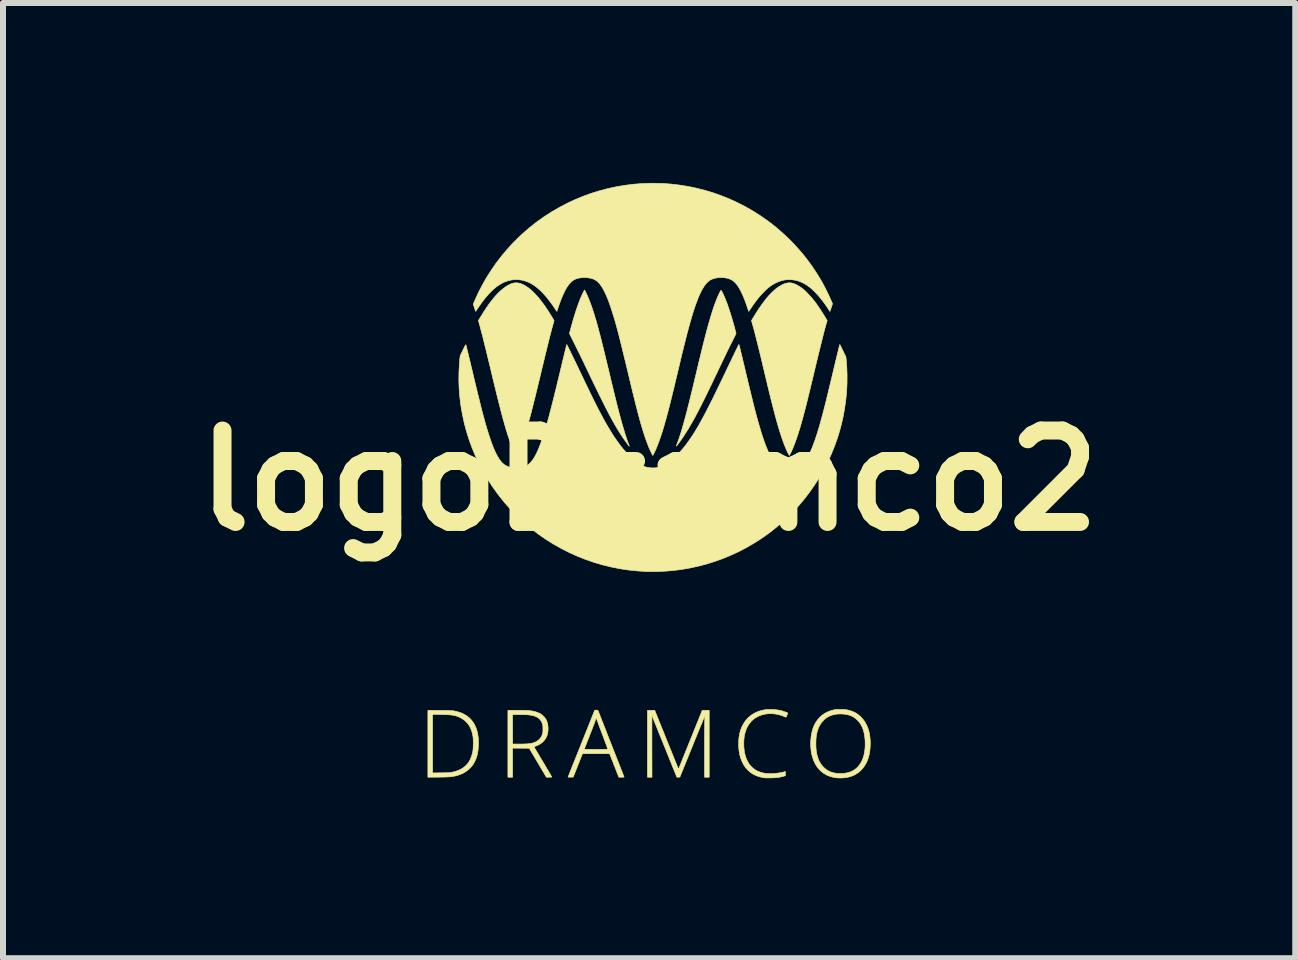
<source format=kicad_pcb>
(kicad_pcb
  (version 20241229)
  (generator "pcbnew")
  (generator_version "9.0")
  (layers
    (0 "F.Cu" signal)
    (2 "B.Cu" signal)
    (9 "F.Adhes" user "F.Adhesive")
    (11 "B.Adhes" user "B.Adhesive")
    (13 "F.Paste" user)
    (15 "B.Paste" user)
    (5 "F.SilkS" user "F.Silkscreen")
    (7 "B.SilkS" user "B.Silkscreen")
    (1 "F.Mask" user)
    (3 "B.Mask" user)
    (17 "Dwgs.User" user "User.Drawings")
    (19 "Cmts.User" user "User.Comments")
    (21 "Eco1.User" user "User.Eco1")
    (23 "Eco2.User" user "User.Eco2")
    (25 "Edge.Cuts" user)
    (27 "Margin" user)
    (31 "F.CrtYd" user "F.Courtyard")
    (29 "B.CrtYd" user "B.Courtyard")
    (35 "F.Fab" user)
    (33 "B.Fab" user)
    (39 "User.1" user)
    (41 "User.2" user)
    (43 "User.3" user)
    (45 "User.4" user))
  (footprint "logoDramco2"
    (layer "F.Cu")
    (at 7.772 4.963)
    (property "Reference" "logoDramco2" (at 0 0 0) (layer "F.SilkS") (effects (font (size 1.524 1.524) (thickness 0.3))))
    (attr through_hole)
    (fp_poly (pts (xy -1.074 -3.174) (xy -1.069 -3.165) (xy -1.063 -3.153) (xy -1.055 -3.137) (xy -1.045 -3.118) (xy -1.036 -3.097) (xy -1.026 -3.076) (xy -1.017 -3.054) (xy -1.008 -3.034) (xy -1.001 -3.016) (xy -0.987 -2.981) (xy -0.974 -2.946) (xy -0.961 -2.91) (xy -0.948 -2.872) (xy -0.935 -2.832) (xy -0.921 -2.79) (xy -0.908 -2.746) (xy -0.894 -2.7) (xy -0.879 -2.65) (xy -0.864 -2.597) (xy -0.849 -2.541) (xy -0.833 -2.48) (xy -0.816 -2.416) (xy -0.798 -2.347) (xy -0.78 -2.273) (xy -0.76 -2.194) (xy -0.74 -2.11) (xy -0.718 -2.02) (xy -0.695 -1.924) (xy -0.67 -1.822) (xy -0.667 -1.808) (xy -0.645 -1.716) (xy -0.625 -1.63) (xy -0.605 -1.55) (xy -0.587 -1.475) (xy -0.57 -1.405) (xy -0.554 -1.34) (xy -0.539 -1.279) (xy -0.525 -1.223) (xy -0.511 -1.17) (xy -0.498 -1.12) (xy -0.485 -1.073) (xy -0.473 -1.028) (xy -0.462 -0.986) (xy -0.45 -0.945) (xy -0.439 -0.906) (xy -0.427 -0.868) (xy -0.416 -0.83) (xy -0.408 -0.803) (xy -0.399 -0.774) (xy -0.389 -0.744) (xy -0.379 -0.714) (xy -0.369 -0.684) (xy -0.359 -0.656) (xy -0.35 -0.63) (xy -0.342 -0.609) (xy -0.336 -0.592) (xy -0.334 -0.588) (xy -0.331 -0.579) (xy -0.33 -0.574) (xy -0.33 -0.573) (xy -0.332 -0.575) (xy -0.338 -0.582) (xy -0.346 -0.593) (xy -0.357 -0.606) (xy -0.369 -0.622) (xy -0.37 -0.624) (xy -0.395 -0.658) (xy -0.42 -0.693) (xy -0.445 -0.729) (xy -0.47 -0.767) (xy -0.495 -0.807) (xy -0.521 -0.848) (xy -0.547 -0.892) (xy -0.574 -0.939) (xy -0.602 -0.988) (xy -0.631 -1.04) (xy -0.661 -1.096) (xy -0.692 -1.156) (xy -0.725 -1.219) (xy -0.759 -1.287) (xy -0.795 -1.359) (xy -0.833 -1.436) (xy -0.873 -1.517) (xy -0.916 -1.605) (xy -0.96 -1.697) (xy -1.007 -1.796) (xy -1.021 -1.825) (xy -1.043 -1.871) (xy -1.066 -1.918) (xy -1.089 -1.968) (xy -1.114 -2.018) (xy -1.138 -2.068) (xy -1.161 -2.116) (xy -1.184 -2.162) (xy -1.205 -2.205) (xy -1.224 -2.243) (xy -1.236 -2.267) (xy -1.328 -2.453) (xy -1.307 -2.531) (xy -1.28 -2.629) (xy -1.254 -2.72) (xy -1.228 -2.804) (xy -1.202 -2.882) (xy -1.177 -2.953) (xy -1.156 -3.009) (xy -1.15 -3.025) (xy -1.142 -3.043) (xy -1.133 -3.063) (xy -1.123 -3.084) (xy -1.114 -3.105) (xy -1.104 -3.125) (xy -1.096 -3.143) (xy -1.088 -3.158) (xy -1.082 -3.169) (xy -1.078 -3.175) (xy -1.077 -3.177) (xy -1.074 -3.174)) (stroke (width 0.01) (type solid)) (fill yes) (layer "F.SilkS"))
    (fp_poly (pts (xy -3.493 3.831) (xy -3.448 3.832) (xy -3.41 3.832) (xy -3.377 3.832) (xy -3.349 3.833) (xy -3.326 3.834) (xy -3.305 3.835) (xy -3.287 3.836) (xy -3.272 3.837) (xy -3.257 3.839) (xy -3.244 3.842) (xy -3.23 3.844) (xy -3.216 3.848) (xy -3.201 3.851) (xy -3.196 3.853) (xy -3.142 3.869) (xy -3.091 3.892) (xy -3.045 3.919) (xy -3.003 3.951) (xy -2.966 3.988) (xy -2.934 4.029) (xy -2.907 4.075) (xy -2.906 4.078) (xy -2.886 4.121) (xy -2.871 4.166) (xy -2.859 4.214) (xy -2.851 4.264) (xy -2.846 4.32) (xy -2.845 4.374) (xy -2.847 4.438) (xy -2.852 4.497) (xy -2.861 4.551) (xy -2.873 4.601) (xy -2.89 4.648) (xy -2.911 4.692) (xy -2.935 4.733) (xy -2.967 4.774) (xy -3.004 4.811) (xy -3.045 4.844) (xy -3.091 4.873) (xy -3.141 4.896) (xy -3.195 4.915) (xy -3.231 4.924) (xy -3.249 4.928) (xy -3.266 4.931) (xy -3.282 4.934) (xy -3.299 4.936) (xy -3.316 4.938) (xy -3.335 4.939) (xy -3.357 4.94) (xy -3.382 4.941) (xy -3.411 4.942) (xy -3.445 4.943) (xy -3.484 4.943) (xy -3.515 4.944) (xy -3.688 4.945) (xy -3.688 4.874) (xy -3.61 4.874) (xy -3.47 4.872) (xy -3.435 4.872) (xy -3.405 4.871) (xy -3.381 4.871) (xy -3.36 4.87) (xy -3.344 4.87) (xy -3.33 4.869) (xy -3.318 4.868) (xy -3.308 4.866) (xy -3.298 4.865) (xy -3.294 4.864) (xy -3.236 4.851) (xy -3.185 4.833) (xy -3.138 4.812) (xy -3.097 4.786) (xy -3.06 4.756) (xy -3.028 4.722) (xy -3 4.682) (xy -2.977 4.638) (xy -2.958 4.588) (xy -2.957 4.584) (xy -2.949 4.558) (xy -2.943 4.534) (xy -2.938 4.509) (xy -2.935 4.483) (xy -2.933 4.454) (xy -2.932 4.421) (xy -2.931 4.383) (xy -2.931 4.382) (xy -2.931 4.351) (xy -2.932 4.324) (xy -2.933 4.302) (xy -2.934 4.282) (xy -2.937 4.264) (xy -2.94 4.246) (xy -2.944 4.226) (xy -2.948 4.208) (xy -2.964 4.157) (xy -2.985 4.11) (xy -3.011 4.067) (xy -3.042 4.03) (xy -3.077 3.997) (xy -3.117 3.969) (xy -3.139 3.957) (xy -3.162 3.945) (xy -3.184 3.935) (xy -3.206 3.927) (xy -3.229 3.92) (xy -3.253 3.915) (xy -3.28 3.91) (xy -3.31 3.906) (xy -3.343 3.904) (xy -3.381 3.902) (xy -3.424 3.9) (xy -3.473 3.899) (xy -3.476 3.899) (xy -3.61 3.897) (xy -3.61 4.874) (xy -3.688 4.874) (xy -3.688 3.83) (xy -3.493 3.831)) (stroke (width 0.01) (type solid)) (fill yes) (layer "F.SilkS"))
    (fp_poly (pts (xy -2.176 -3.294) (xy -2.141 -3.285) (xy -2.104 -3.27) (xy -2.065 -3.249) (xy -2.051 -3.24) (xy -2.007 -3.21) (xy -1.963 -3.174) (xy -1.917 -3.13) (xy -1.871 -3.081) (xy -1.823 -3.025) (xy -1.775 -2.962) (xy -1.726 -2.894) (xy -1.677 -2.819) (xy -1.626 -2.738) (xy -1.622 -2.731) (xy -1.584 -2.668) (xy -1.593 -2.635) (xy -1.604 -2.597) (xy -1.615 -2.557) (xy -1.627 -2.513) (xy -1.639 -2.465) (xy -1.653 -2.413) (xy -1.667 -2.357) (xy -1.682 -2.297) (xy -1.698 -2.232) (xy -1.715 -2.162) (xy -1.734 -2.087) (xy -1.753 -2.005) (xy -1.774 -1.918) (xy -1.797 -1.825) (xy -1.803 -1.797) (xy -1.826 -1.701) (xy -1.848 -1.611) (xy -1.868 -1.528) (xy -1.887 -1.45) (xy -1.905 -1.377) (xy -1.922 -1.309) (xy -1.938 -1.246) (xy -1.953 -1.187) (xy -1.967 -1.131) (xy -1.981 -1.079) (xy -1.994 -1.03) (xy -2.007 -0.984) (xy -2.02 -0.94) (xy -2.032 -0.899) (xy -2.044 -0.859) (xy -2.056 -0.82) (xy -2.068 -0.783) (xy -2.08 -0.746) (xy -2.081 -0.743) (xy -2.09 -0.715) (xy -2.101 -0.686) (xy -2.111 -0.656) (xy -2.121 -0.628) (xy -2.13 -0.604) (xy -2.136 -0.588) (xy -2.145 -0.566) (xy -2.155 -0.543) (xy -2.165 -0.52) (xy -2.176 -0.497) (xy -2.185 -0.476) (xy -2.195 -0.458) (xy -2.202 -0.442) (xy -2.209 -0.431) (xy -2.213 -0.425) (xy -2.215 -0.423) (xy -2.217 -0.426) (xy -2.222 -0.434) (xy -2.229 -0.446) (xy -2.237 -0.461) (xy -2.24 -0.467) (xy -2.254 -0.496) (xy -2.268 -0.526) (xy -2.282 -0.558) (xy -2.296 -0.592) (xy -2.31 -0.628) (xy -2.324 -0.667) (xy -2.338 -0.708) (xy -2.353 -0.752) (xy -2.368 -0.8) (xy -2.384 -0.85) (xy -2.4 -0.905) (xy -2.416 -0.963) (xy -2.434 -1.026) (xy -2.452 -1.092) (xy -2.471 -1.164) (xy -2.49 -1.24) (xy -2.511 -1.322) (xy -2.533 -1.409) (xy -2.555 -1.502) (xy -2.579 -1.6) (xy -2.605 -1.705) (xy -2.63 -1.81) (xy -2.654 -1.913) (xy -2.678 -2.01) (xy -2.7 -2.102) (xy -2.721 -2.188) (xy -2.741 -2.267) (xy -2.759 -2.341) (xy -2.776 -2.409) (xy -2.792 -2.47) (xy -2.807 -2.525) (xy -2.816 -2.561) (xy -2.846 -2.669) (xy -2.807 -2.732) (xy -2.758 -2.812) (xy -2.709 -2.886) (xy -2.662 -2.953) (xy -2.615 -3.014) (xy -2.57 -3.069) (xy -2.525 -3.118) (xy -2.481 -3.161) (xy -2.437 -3.198) (xy -2.397 -3.228) (xy -2.356 -3.254) (xy -2.317 -3.274) (xy -2.281 -3.288) (xy -2.246 -3.296) (xy -2.211 -3.298) (xy -2.176 -3.294)) (stroke (width 0.01) (type solid)) (fill yes) (layer "F.SilkS"))
    (fp_poly (pts (xy 1.205 -3.168) (xy 1.21 -3.16) (xy 1.217 -3.146) (xy 1.22 -3.141) (xy 1.241 -3.098) (xy 1.261 -3.051) (xy 1.282 -3) (xy 1.304 -2.943) (xy 1.325 -2.881) (xy 1.347 -2.814) (xy 1.37 -2.741) (xy 1.393 -2.662) (xy 1.418 -2.576) (xy 1.421 -2.564) (xy 1.428 -2.539) (xy 1.434 -2.515) (xy 1.44 -2.494) (xy 1.444 -2.477) (xy 1.448 -2.464) (xy 1.449 -2.456) (xy 1.449 -2.454) (xy 1.448 -2.45) (xy 1.444 -2.44) (xy 1.437 -2.426) (xy 1.429 -2.408) (xy 1.419 -2.388) (xy 1.407 -2.366) (xy 1.406 -2.363) (xy 1.392 -2.335) (xy 1.377 -2.306) (xy 1.361 -2.274) (xy 1.344 -2.239) (xy 1.325 -2.201) (xy 1.304 -2.159) (xy 1.282 -2.112) (xy 1.258 -2.062) (xy 1.231 -2.007) (xy 1.203 -1.947) (xy 1.171 -1.881) (xy 1.138 -1.81) (xy 1.13 -1.793) (xy 1.084 -1.699) (xy 1.042 -1.61) (xy 1.002 -1.527) (xy 0.964 -1.449) (xy 0.928 -1.376) (xy 0.894 -1.308) (xy 0.862 -1.244) (xy 0.831 -1.184) (xy 0.802 -1.128) (xy 0.774 -1.075) (xy 0.747 -1.026) (xy 0.721 -0.979) (xy 0.695 -0.934) (xy 0.671 -0.892) (xy 0.646 -0.852) (xy 0.622 -0.813) (xy 0.598 -0.775) (xy 0.577 -0.743) (xy 0.561 -0.719) (xy 0.544 -0.695) (xy 0.528 -0.671) (xy 0.512 -0.649) (xy 0.497 -0.628) (xy 0.484 -0.611) (xy 0.473 -0.596) (xy 0.463 -0.585) (xy 0.457 -0.578) (xy 0.454 -0.576) (xy 0.454 -0.577) (xy 0.455 -0.58) (xy 0.458 -0.589) (xy 0.463 -0.602) (xy 0.468 -0.617) (xy 0.472 -0.627) (xy 0.484 -0.66) (xy 0.496 -0.694) (xy 0.508 -0.729) (xy 0.52 -0.766) (xy 0.533 -0.805) (xy 0.545 -0.846) (xy 0.558 -0.89) (xy 0.571 -0.936) (xy 0.585 -0.985) (xy 0.599 -1.037) (xy 0.614 -1.093) (xy 0.63 -1.153) (xy 0.646 -1.218) (xy 0.664 -1.286) (xy 0.682 -1.36) (xy 0.701 -1.438) (xy 0.722 -1.522) (xy 0.743 -1.612) (xy 0.766 -1.708) (xy 0.791 -1.81) (xy 0.796 -1.832) (xy 0.814 -1.907) (xy 0.831 -1.981) (xy 0.849 -2.052) (xy 0.866 -2.122) (xy 0.882 -2.188) (xy 0.897 -2.251) (xy 0.912 -2.31) (xy 0.926 -2.364) (xy 0.938 -2.413) (xy 0.95 -2.457) (xy 0.957 -2.486) (xy 0.984 -2.583) (xy 1.01 -2.674) (xy 1.035 -2.759) (xy 1.059 -2.836) (xy 1.083 -2.908) (xy 1.107 -2.972) (xy 1.129 -3.031) (xy 1.152 -3.083) (xy 1.173 -3.128) (xy 1.175 -3.132) (xy 1.184 -3.151) (xy 1.191 -3.163) (xy 1.196 -3.17) (xy 1.201 -3.172) (xy 1.205 -3.168)) (stroke (width 0.01) (type solid)) (fill yes) (layer "F.SilkS"))
    (fp_poly (pts (xy 2.068 3.816) (xy 2.104 3.819) (xy 2.138 3.823) (xy 2.173 3.829) (xy 2.206 3.837) (xy 2.222 3.841) (xy 2.24 3.847) (xy 2.258 3.853) (xy 2.276 3.859) (xy 2.291 3.865) (xy 2.303 3.87) (xy 2.31 3.874) (xy 2.311 3.874) (xy 2.31 3.878) (xy 2.308 3.886) (xy 2.304 3.898) (xy 2.299 3.91) (xy 2.293 3.923) (xy 2.288 3.934) (xy 2.284 3.941) (xy 2.283 3.943) (xy 2.278 3.943) (xy 2.27 3.941) (xy 2.263 3.938) (xy 2.246 3.93) (xy 2.224 3.921) (xy 2.2 3.913) (xy 2.175 3.906) (xy 2.151 3.9) (xy 2.146 3.898) (xy 2.09 3.889) (xy 2.035 3.885) (xy 1.981 3.887) (xy 1.929 3.894) (xy 1.879 3.906) (xy 1.832 3.924) (xy 1.788 3.946) (xy 1.748 3.972) (xy 1.712 4.004) (xy 1.696 4.021) (xy 1.664 4.063) (xy 1.637 4.107) (xy 1.616 4.155) (xy 1.599 4.207) (xy 1.587 4.263) (xy 1.58 4.324) (xy 1.578 4.388) (xy 1.581 4.454) (xy 1.588 4.516) (xy 1.6 4.573) (xy 1.617 4.626) (xy 1.638 4.674) (xy 1.663 4.718) (xy 1.693 4.757) (xy 1.728 4.791) (xy 1.766 4.82) (xy 1.809 4.844) (xy 1.856 4.862) (xy 1.906 4.875) (xy 1.92 4.878) (xy 1.97 4.884) (xy 2.024 4.886) (xy 2.08 4.884) (xy 2.138 4.878) (xy 2.196 4.869) (xy 2.24 4.859) (xy 2.272 4.85) (xy 2.272 4.92) (xy 2.248 4.927) (xy 2.216 4.936) (xy 2.187 4.942) (xy 2.157 4.948) (xy 2.126 4.951) (xy 2.093 4.954) (xy 2.055 4.956) (xy 2.024 4.956) (xy 2 4.957) (xy 1.978 4.957) (xy 1.959 4.957) (xy 1.944 4.957) (xy 1.934 4.956) (xy 1.93 4.956) (xy 1.922 4.955) (xy 1.909 4.953) (xy 1.894 4.95) (xy 1.882 4.948) (xy 1.828 4.934) (xy 1.776 4.915) (xy 1.729 4.891) (xy 1.685 4.861) (xy 1.646 4.826) (xy 1.61 4.786) (xy 1.579 4.742) (xy 1.553 4.692) (xy 1.531 4.639) (xy 1.514 4.581) (xy 1.502 4.519) (xy 1.497 4.481) (xy 1.495 4.455) (xy 1.494 4.425) (xy 1.494 4.392) (xy 1.494 4.359) (xy 1.495 4.327) (xy 1.497 4.299) (xy 1.499 4.28) (xy 1.51 4.217) (xy 1.526 4.158) (xy 1.548 4.102) (xy 1.575 4.052) (xy 1.606 4.005) (xy 1.642 3.963) (xy 1.683 3.926) (xy 1.728 3.894) (xy 1.777 3.867) (xy 1.83 3.845) (xy 1.887 3.829) (xy 1.934 3.82) (xy 1.947 3.818) (xy 1.965 3.817) (xy 1.986 3.816) (xy 2.009 3.816) (xy 2.027 3.816) (xy 2.068 3.816)) (stroke (width 0.01) (type solid)) (fill yes) (layer "F.SilkS"))
    (fp_poly (pts (xy 2.384 -3.293) (xy 2.417 -3.283) (xy 2.45 -3.269) (xy 2.488 -3.248) (xy 2.525 -3.225) (xy 2.561 -3.198) (xy 2.598 -3.167) (xy 2.636 -3.13) (xy 2.643 -3.122) (xy 2.681 -3.081) (xy 2.719 -3.038) (xy 2.756 -2.992) (xy 2.794 -2.941) (xy 2.832 -2.886) (xy 2.872 -2.826) (xy 2.913 -2.761) (xy 2.935 -2.725) (xy 2.969 -2.668) (xy 2.963 -2.647) (xy 2.955 -2.622) (xy 2.946 -2.589) (xy 2.935 -2.551) (xy 2.923 -2.506) (xy 2.91 -2.456) (xy 2.896 -2.399) (xy 2.88 -2.336) (xy 2.863 -2.268) (xy 2.845 -2.194) (xy 2.825 -2.115) (xy 2.805 -2.03) (xy 2.783 -1.941) (xy 2.761 -1.846) (xy 2.753 -1.815) (xy 2.731 -1.72) (xy 2.709 -1.63) (xy 2.689 -1.547) (xy 2.67 -1.469) (xy 2.652 -1.397) (xy 2.636 -1.329) (xy 2.62 -1.266) (xy 2.605 -1.207) (xy 2.59 -1.151) (xy 2.577 -1.1) (xy 2.564 -1.051) (xy 2.551 -1.005) (xy 2.539 -0.962) (xy 2.527 -0.921) (xy 2.516 -0.881) (xy 2.504 -0.843) (xy 2.492 -0.806) (xy 2.481 -0.77) (xy 2.475 -0.752) (xy 2.459 -0.704) (xy 2.442 -0.658) (xy 2.426 -0.613) (xy 2.409 -0.57) (xy 2.393 -0.531) (xy 2.377 -0.495) (xy 2.363 -0.465) (xy 2.351 -0.442) (xy 2.338 -0.419) (xy 2.326 -0.441) (xy 2.309 -0.471) (xy 2.292 -0.508) (xy 2.274 -0.551) (xy 2.255 -0.598) (xy 2.236 -0.649) (xy 2.216 -0.704) (xy 2.197 -0.762) (xy 2.177 -0.823) (xy 2.158 -0.886) (xy 2.156 -0.894) (xy 2.138 -0.954) (xy 2.12 -1.021) (xy 2.1 -1.093) (xy 2.08 -1.171) (xy 2.058 -1.255) (xy 2.042 -1.317) (xy 2.036 -1.344) (xy 2.029 -1.37) (xy 2.023 -1.395) (xy 2.017 -1.419) (xy 2.011 -1.444) (xy 2.004 -1.47) (xy 1.998 -1.497) (xy 1.991 -1.525) (xy 1.984 -1.556) (xy 1.975 -1.59) (xy 1.967 -1.627) (xy 1.957 -1.668) (xy 1.946 -1.714) (xy 1.934 -1.764) (xy 1.921 -1.82) (xy 1.906 -1.882) (xy 1.903 -1.893) (xy 1.881 -1.987) (xy 1.86 -2.075) (xy 1.84 -2.157) (xy 1.821 -2.233) (xy 1.804 -2.303) (xy 1.787 -2.369) (xy 1.772 -2.43) (xy 1.757 -2.487) (xy 1.743 -2.539) (xy 1.729 -2.588) (xy 1.721 -2.62) (xy 1.707 -2.667) (xy 1.718 -2.686) (xy 1.728 -2.704) (xy 1.742 -2.726) (xy 1.758 -2.752) (xy 1.775 -2.779) (xy 1.792 -2.807) (xy 1.81 -2.834) (xy 1.826 -2.859) (xy 1.83 -2.865) (xy 1.879 -2.936) (xy 1.928 -3.001) (xy 1.975 -3.06) (xy 2.022 -3.112) (xy 2.069 -3.158) (xy 2.114 -3.197) (xy 2.159 -3.23) (xy 2.174 -3.24) (xy 2.214 -3.263) (xy 2.25 -3.28) (xy 2.285 -3.291) (xy 2.318 -3.297) (xy 2.351 -3.298) (xy 2.384 -3.293)) (stroke (width 0.01) (type solid)) (fill yes) (layer "F.SilkS"))
    (fp_poly (pts (xy -2.199 3.83) (xy -2.165 3.83) (xy -2.133 3.831) (xy -2.102 3.831) (xy -2.073 3.831) (xy -2.048 3.832) (xy -2.027 3.833) (xy -2.012 3.833) (xy -2.005 3.834) (xy -1.955 3.84) (xy -1.908 3.85) (xy -1.866 3.863) (xy -1.828 3.879) (xy -1.811 3.888) (xy -1.792 3.901) (xy -1.772 3.918) (xy -1.753 3.936) (xy -1.736 3.956) (xy -1.723 3.974) (xy -1.72 3.979) (xy -1.704 4.014) (xy -1.692 4.053) (xy -1.686 4.095) (xy -1.684 4.138) (xy -1.686 4.18) (xy -1.693 4.221) (xy -1.705 4.26) (xy -1.707 4.264) (xy -1.726 4.301) (xy -1.751 4.335) (xy -1.781 4.365) (xy -1.816 4.391) (xy -1.856 4.413) (xy -1.894 4.428) (xy -1.905 4.432) (xy -1.914 4.437) (xy -1.918 4.44) (xy -1.918 4.44) (xy -1.916 4.444) (xy -1.911 4.452) (xy -1.903 4.466) (xy -1.892 4.484) (xy -1.879 4.507) (xy -1.863 4.533) (xy -1.846 4.562) (xy -1.827 4.594) (xy -1.806 4.629) (xy -1.785 4.665) (xy -1.769 4.691) (xy -1.747 4.728) (xy -1.726 4.764) (xy -1.706 4.798) (xy -1.687 4.829) (xy -1.671 4.857) (xy -1.656 4.882) (xy -1.644 4.903) (xy -1.634 4.92) (xy -1.627 4.932) (xy -1.623 4.939) (xy -1.622 4.941) (xy -1.626 4.943) (xy -1.635 4.944) (xy -1.65 4.944) (xy -1.667 4.945) (xy -1.712 4.945) (xy -1.998 4.462) (xy -2.137 4.461) (xy -2.276 4.46) (xy -2.276 4.945) (xy -2.354 4.945) (xy -2.354 4.145) (xy -2.276 4.145) (xy -2.276 4.185) (xy -2.276 4.223) (xy -2.276 4.258) (xy -2.275 4.291) (xy -2.275 4.319) (xy -2.275 4.344) (xy -2.275 4.364) (xy -2.274 4.379) (xy -2.274 4.388) (xy -2.274 4.39) (xy -2.27 4.391) (xy -2.26 4.392) (xy -2.245 4.392) (xy -2.226 4.392) (xy -2.204 4.392) (xy -2.18 4.392) (xy -2.154 4.392) (xy -2.129 4.392) (xy -2.104 4.392) (xy -2.08 4.391) (xy -2.059 4.39) (xy -2.041 4.39) (xy -2.03 4.389) (xy -1.984 4.384) (xy -1.943 4.376) (xy -1.907 4.364) (xy -1.876 4.349) (xy -1.848 4.329) (xy -1.832 4.315) (xy -1.812 4.293) (xy -1.797 4.27) (xy -1.785 4.245) (xy -1.777 4.221) (xy -1.774 4.21) (xy -1.772 4.198) (xy -1.771 4.186) (xy -1.77 4.171) (xy -1.77 4.152) (xy -1.77 4.142) (xy -1.77 4.12) (xy -1.77 4.103) (xy -1.772 4.09) (xy -1.774 4.078) (xy -1.776 4.066) (xy -1.777 4.062) (xy -1.789 4.029) (xy -1.805 4) (xy -1.825 3.976) (xy -1.849 3.955) (xy -1.879 3.938) (xy -1.914 3.924) (xy -1.947 3.915) (xy -1.965 3.912) (xy -1.983 3.909) (xy -2.004 3.906) (xy -2.027 3.904) (xy -2.054 3.903) (xy -2.085 3.902) (xy -2.122 3.902) (xy -2.163 3.901) (xy -2.276 3.901) (xy -2.276 4.145) (xy -2.354 4.145) (xy -2.354 3.83) (xy -2.199 3.83)) (stroke (width 0.01) (type solid)) (fill yes) (layer "F.SilkS"))
    (fp_poly (pts (xy 0.109 3.868) (xy 0.119 3.893) (xy 0.131 3.922) (xy 0.144 3.955) (xy 0.158 3.991) (xy 0.174 4.03) (xy 0.191 4.071) (xy 0.208 4.115) (xy 0.227 4.16) (xy 0.246 4.207) (xy 0.265 4.255) (xy 0.284 4.303) (xy 0.304 4.351) (xy 0.323 4.399) (xy 0.342 4.446) (xy 0.361 4.492) (xy 0.379 4.537) (xy 0.396 4.579) (xy 0.412 4.619) (xy 0.427 4.657) (xy 0.441 4.691) (xy 0.453 4.721) (xy 0.464 4.748) (xy 0.473 4.77) (xy 0.48 4.787) (xy 0.485 4.798) (xy 0.487 4.805) (xy 0.488 4.805) (xy 0.488 4.806) (xy 0.488 4.808) (xy 0.488 4.809) (xy 0.488 4.81) (xy 0.489 4.81) (xy 0.489 4.81) (xy 0.49 4.808) (xy 0.492 4.805) (xy 0.494 4.8) (xy 0.497 4.793) (xy 0.501 4.784) (xy 0.506 4.773) (xy 0.512 4.758) (xy 0.519 4.741) (xy 0.528 4.72) (xy 0.537 4.695) (xy 0.549 4.667) (xy 0.562 4.634) (xy 0.577 4.597) (xy 0.594 4.555) (xy 0.613 4.508) (xy 0.634 4.456) (xy 0.657 4.398) (xy 0.683 4.334) (xy 0.695 4.305) (xy 0.886 3.83) (xy 1.002 3.83) (xy 1.002 4.945) (xy 0.925 4.945) (xy 0.925 4.495) (xy 0.925 4.421) (xy 0.925 4.353) (xy 0.925 4.291) (xy 0.925 4.235) (xy 0.925 4.185) (xy 0.926 4.14) (xy 0.926 4.101) (xy 0.926 4.066) (xy 0.927 4.035) (xy 0.928 4.009) (xy 0.928 3.987) (xy 0.929 3.968) (xy 0.93 3.953) (xy 0.931 3.94) (xy 0.932 3.931) (xy 0.933 3.927) (xy 0.933 3.921) (xy 0.931 3.919) (xy 0.929 3.922) (xy 0.925 3.931) (xy 0.919 3.946) (xy 0.911 3.966) (xy 0.9 3.991) (xy 0.888 4.021) (xy 0.874 4.055) (xy 0.858 4.093) (xy 0.841 4.134) (xy 0.823 4.179) (xy 0.803 4.227) (xy 0.783 4.278) (xy 0.761 4.33) (xy 0.739 4.385) (xy 0.72 4.432) (xy 0.513 4.943) (xy 0.464 4.945) (xy 0.456 4.927) (xy 0.454 4.922) (xy 0.449 4.911) (xy 0.443 4.894) (xy 0.434 4.872) (xy 0.423 4.846) (xy 0.41 4.814) (xy 0.396 4.779) (xy 0.38 4.74) (xy 0.363 4.697) (xy 0.344 4.651) (xy 0.325 4.602) (xy 0.304 4.551) (xy 0.283 4.498) (xy 0.261 4.443) (xy 0.249 4.415) (xy 0.227 4.359) (xy 0.205 4.306) (xy 0.184 4.254) (xy 0.164 4.205) (xy 0.146 4.159) (xy 0.128 4.115) (xy 0.112 4.075) (xy 0.097 4.039) (xy 0.084 4.007) (xy 0.073 3.979) (xy 0.064 3.956) (xy 0.056 3.938) (xy 0.051 3.926) (xy 0.048 3.919) (xy 0.048 3.918) (xy 0.047 3.921) (xy 0.047 3.93) (xy 0.047 3.946) (xy 0.047 3.967) (xy 0.047 3.993) (xy 0.047 4.025) (xy 0.047 4.061) (xy 0.047 4.101) (xy 0.047 4.145) (xy 0.047 4.193) (xy 0.047 4.243) (xy 0.047 4.297) (xy 0.047 4.353) (xy 0.047 4.41) (xy 0.047 4.43) (xy 0.048 4.945) (xy -0.027 4.945) (xy -0.027 3.83) (xy 0.094 3.83) (xy 0.109 3.868)) (stroke (width 0.01) (type solid)) (fill yes) (layer "F.SilkS"))
    (fp_poly (pts (xy -0.865 3.827) (xy -0.856 3.829) (xy -0.853 3.831) (xy -0.851 3.835) (xy -0.847 3.844) (xy -0.841 3.86) (xy -0.833 3.88) (xy -0.823 3.906) (xy -0.811 3.936) (xy -0.798 3.97) (xy -0.783 4.009) (xy -0.766 4.051) (xy -0.748 4.097) (xy -0.729 4.146) (xy -0.709 4.198) (xy -0.688 4.252) (xy -0.666 4.308) (xy -0.643 4.366) (xy -0.635 4.385) (xy -0.613 4.443) (xy -0.59 4.5) (xy -0.569 4.554) (xy -0.548 4.607) (xy -0.529 4.657) (xy -0.51 4.704) (xy -0.493 4.747) (xy -0.478 4.787) (xy -0.463 4.823) (xy -0.451 4.855) (xy -0.44 4.882) (xy -0.432 4.904) (xy -0.425 4.921) (xy -0.42 4.933) (xy -0.418 4.939) (xy -0.418 4.939) (xy -0.418 4.941) (xy -0.42 4.943) (xy -0.425 4.944) (xy -0.435 4.944) (xy -0.449 4.945) (xy -0.46 4.945) (xy -0.504 4.945) (xy -0.545 4.842) (xy -0.557 4.811) (xy -0.57 4.777) (xy -0.585 4.741) (xy -0.598 4.705) (xy -0.611 4.672) (xy -0.622 4.646) (xy -0.659 4.552) (xy -0.885 4.553) (xy -1.111 4.553) (xy -1.188 4.748) (xy -1.265 4.943) (xy -1.309 4.944) (xy -1.326 4.944) (xy -1.339 4.944) (xy -1.346 4.944) (xy -1.349 4.943) (xy -1.35 4.941) (xy -1.35 4.939) (xy -1.348 4.935) (xy -1.345 4.925) (xy -1.338 4.91) (xy -1.33 4.889) (xy -1.32 4.864) (xy -1.308 4.833) (xy -1.294 4.799) (xy -1.279 4.76) (xy -1.262 4.717) (xy -1.243 4.671) (xy -1.224 4.623) (xy -1.203 4.571) (xy -1.182 4.517) (xy -1.165 4.476) (xy -1.08 4.476) (xy -1.079 4.477) (xy -1.076 4.478) (xy -1.072 4.479) (xy -1.065 4.479) (xy -1.055 4.48) (xy -1.041 4.48) (xy -1.024 4.48) (xy -1.002 4.48) (xy -0.975 4.48) (xy -0.942 4.481) (xy -0.904 4.481) (xy -0.884 4.481) (xy -0.844 4.481) (xy -0.808 4.48) (xy -0.776 4.48) (xy -0.748 4.48) (xy -0.724 4.479) (xy -0.706 4.479) (xy -0.694 4.478) (xy -0.688 4.478) (xy -0.687 4.477) (xy -0.689 4.474) (xy -0.692 4.464) (xy -0.697 4.45) (xy -0.705 4.43) (xy -0.713 4.406) (xy -0.724 4.379) (xy -0.735 4.348) (xy -0.748 4.314) (xy -0.761 4.278) (xy -0.773 4.246) (xy -0.788 4.208) (xy -0.802 4.171) (xy -0.815 4.135) (xy -0.828 4.102) (xy -0.839 4.071) (xy -0.849 4.044) (xy -0.857 4.021) (xy -0.864 4.003) (xy -0.868 3.99) (xy -0.87 3.985) (xy -0.881 3.952) (xy -0.899 4.005) (xy -0.904 4.018) (xy -0.91 4.036) (xy -0.919 4.06) (xy -0.929 4.087) (xy -0.941 4.118) (xy -0.954 4.151) (xy -0.967 4.186) (xy -0.982 4.223) (xy -0.996 4.26) (xy -0.997 4.264) (xy -1.011 4.299) (xy -1.025 4.333) (xy -1.037 4.364) (xy -1.048 4.393) (xy -1.058 4.418) (xy -1.066 4.439) (xy -1.072 4.456) (xy -1.077 4.468) (xy -1.079 4.474) (xy -1.079 4.475) (xy -1.08 4.476) (xy -1.165 4.476) (xy -1.159 4.461) (xy -1.136 4.403) (xy -1.127 4.38) (xy -0.906 3.827) (xy -0.88 3.827) (xy -0.865 3.827)) (stroke (width 0.01) (type solid)) (fill yes) (layer "F.SilkS"))
    (fp_poly (pts (xy 3.218 3.815) (xy 3.241 3.816) (xy 3.259 3.817) (xy 3.274 3.818) (xy 3.288 3.82) (xy 3.297 3.821) (xy 3.349 3.834) (xy 3.397 3.851) (xy 3.44 3.871) (xy 3.48 3.897) (xy 3.518 3.928) (xy 3.534 3.944) (xy 3.571 3.986) (xy 3.603 4.032) (xy 3.63 4.083) (xy 3.652 4.138) (xy 3.669 4.198) (xy 3.68 4.262) (xy 3.687 4.33) (xy 3.688 4.384) (xy 3.685 4.456) (xy 3.678 4.524) (xy 3.665 4.587) (xy 3.647 4.646) (xy 3.624 4.701) (xy 3.595 4.751) (xy 3.562 4.797) (xy 3.532 4.83) (xy 3.492 4.865) (xy 3.449 4.894) (xy 3.402 4.918) (xy 3.352 4.936) (xy 3.297 4.949) (xy 3.239 4.956) (xy 3.185 4.958) (xy 3.167 4.957) (xy 3.151 4.957) (xy 3.137 4.956) (xy 3.129 4.956) (xy 3.128 4.956) (xy 3.069 4.946) (xy 3.014 4.931) (xy 2.963 4.91) (xy 2.917 4.884) (xy 2.875 4.853) (xy 2.836 4.816) (xy 2.802 4.774) (xy 2.772 4.726) (xy 2.764 4.71) (xy 2.741 4.66) (xy 2.722 4.605) (xy 2.708 4.546) (xy 2.699 4.485) (xy 2.694 4.421) (xy 2.694 4.386) (xy 2.78 4.386) (xy 2.782 4.452) (xy 2.788 4.512) (xy 2.798 4.568) (xy 2.812 4.618) (xy 2.83 4.665) (xy 2.853 4.707) (xy 2.879 4.746) (xy 2.911 4.781) (xy 2.912 4.782) (xy 2.948 4.813) (xy 2.986 4.838) (xy 3.028 4.857) (xy 3.074 4.871) (xy 3.117 4.88) (xy 3.136 4.882) (xy 3.159 4.883) (xy 3.185 4.883) (xy 3.212 4.883) (xy 3.237 4.882) (xy 3.259 4.88) (xy 3.27 4.878) (xy 3.32 4.868) (xy 3.367 4.852) (xy 3.409 4.831) (xy 3.448 4.804) (xy 3.482 4.772) (xy 3.512 4.734) (xy 3.539 4.691) (xy 3.557 4.653) (xy 3.573 4.609) (xy 3.586 4.561) (xy 3.595 4.508) (xy 3.601 4.453) (xy 3.603 4.396) (xy 3.602 4.339) (xy 3.597 4.283) (xy 3.589 4.228) (xy 3.581 4.193) (xy 3.566 4.142) (xy 3.547 4.097) (xy 3.524 4.055) (xy 3.496 4.018) (xy 3.478 3.998) (xy 3.445 3.968) (xy 3.409 3.942) (xy 3.37 3.922) (xy 3.327 3.907) (xy 3.281 3.897) (xy 3.23 3.891) (xy 3.192 3.89) (xy 3.154 3.891) (xy 3.12 3.894) (xy 3.089 3.899) (xy 3.059 3.907) (xy 3.043 3.912) (xy 2.998 3.93) (xy 2.957 3.954) (xy 2.92 3.984) (xy 2.887 4.019) (xy 2.858 4.058) (xy 2.833 4.102) (xy 2.821 4.13) (xy 2.807 4.17) (xy 2.796 4.212) (xy 2.788 4.256) (xy 2.783 4.303) (xy 2.781 4.355) (xy 2.78 4.386) (xy 2.694 4.386) (xy 2.694 4.355) (xy 2.696 4.321) (xy 2.703 4.255) (xy 2.715 4.193) (xy 2.731 4.136) (xy 2.751 4.084) (xy 2.776 4.036) (xy 2.806 3.992) (xy 2.839 3.954) (xy 2.876 3.918) (xy 2.917 3.888) (xy 2.961 3.863) (xy 3.008 3.843) (xy 3.061 3.827) (xy 3.078 3.823) (xy 3.091 3.82) (xy 3.103 3.819) (xy 3.116 3.817) (xy 3.13 3.816) (xy 3.148 3.816) (xy 3.17 3.815) (xy 3.19 3.815) (xy 3.218 3.815)) (stroke (width 0.01) (type solid)) (fill yes) (layer "F.SilkS"))
    (fp_poly (pts (xy 0.212 -4.955) (xy 0.359 -4.945) (xy 0.504 -4.928) (xy 0.649 -4.905) (xy 0.792 -4.875) (xy 0.933 -4.839) (xy 1.073 -4.797) (xy 1.21 -4.748) (xy 1.346 -4.693) (xy 1.478 -4.632) (xy 1.609 -4.565) (xy 1.736 -4.492) (xy 1.86 -4.413) (xy 1.981 -4.328) (xy 2.035 -4.288) (xy 2.131 -4.211) (xy 2.226 -4.128) (xy 2.319 -4.041) (xy 2.409 -3.95) (xy 2.495 -3.856) (xy 2.572 -3.766) (xy 2.644 -3.674) (xy 2.715 -3.577) (xy 2.783 -3.475) (xy 2.847 -3.372) (xy 2.892 -3.294) (xy 2.907 -3.266) (xy 2.924 -3.234) (xy 2.942 -3.199) (xy 2.961 -3.161) (xy 2.979 -3.124) (xy 2.997 -3.087) (xy 3.013 -3.052) (xy 3.027 -3.021) (xy 3.029 -3.016) (xy 3.058 -2.949) (xy 3.037 -2.885) (xy 3.015 -2.82) (xy 2.98 -2.874) (xy 2.935 -2.939) (xy 2.892 -2.998) (xy 2.849 -3.052) (xy 2.806 -3.101) (xy 2.764 -3.146) (xy 2.759 -3.151) (xy 2.713 -3.195) (xy 2.668 -3.232) (xy 2.624 -3.263) (xy 2.579 -3.289) (xy 2.548 -3.304) (xy 2.511 -3.32) (xy 2.475 -3.332) (xy 2.439 -3.341) (xy 2.4 -3.347) (xy 2.38 -3.349) (xy 2.324 -3.351) (xy 2.268 -3.347) (xy 2.213 -3.335) (xy 2.158 -3.317) (xy 2.103 -3.292) (xy 2.061 -3.268) (xy 2.035 -3.251) (xy 2.01 -3.234) (xy 1.987 -3.215) (xy 1.962 -3.194) (xy 1.936 -3.169) (xy 1.917 -3.15) (xy 1.881 -3.112) (xy 1.846 -3.074) (xy 1.811 -3.032) (xy 1.777 -2.987) (xy 1.741 -2.938) (xy 1.704 -2.884) (xy 1.701 -2.879) (xy 1.661 -2.821) (xy 1.64 -2.883) (xy 1.621 -2.939) (xy 1.603 -2.989) (xy 1.585 -3.034) (xy 1.568 -3.077) (xy 1.55 -3.116) (xy 1.532 -3.154) (xy 1.529 -3.16) (xy 1.505 -3.204) (xy 1.482 -3.242) (xy 1.458 -3.274) (xy 1.435 -3.301) (xy 1.41 -3.324) (xy 1.383 -3.342) (xy 1.363 -3.353) (xy 1.327 -3.368) (xy 1.287 -3.378) (xy 1.245 -3.384) (xy 1.201 -3.386) (xy 1.158 -3.384) (xy 1.115 -3.378) (xy 1.075 -3.368) (xy 1.038 -3.354) (xy 1.014 -3.341) (xy 0.988 -3.321) (xy 0.962 -3.297) (xy 0.937 -3.267) (xy 0.912 -3.232) (xy 0.887 -3.191) (xy 0.862 -3.143) (xy 0.837 -3.09) (xy 0.812 -3.03) (xy 0.792 -2.975) (xy 0.777 -2.937) (xy 0.763 -2.896) (xy 0.749 -2.855) (xy 0.735 -2.81) (xy 0.721 -2.764) (xy 0.706 -2.715) (xy 0.691 -2.662) (xy 0.675 -2.607) (xy 0.659 -2.547) (xy 0.642 -2.484) (xy 0.624 -2.416) (xy 0.606 -2.344) (xy 0.586 -2.266) (xy 0.566 -2.184) (xy 0.544 -2.096) (xy 0.522 -2.002) (xy 0.498 -1.901) (xy 0.488 -1.859) (xy 0.467 -1.771) (xy 0.447 -1.689) (xy 0.429 -1.612) (xy 0.412 -1.541) (xy 0.396 -1.475) (xy 0.381 -1.414) (xy 0.367 -1.357) (xy 0.354 -1.304) (xy 0.341 -1.254) (xy 0.329 -1.207) (xy 0.318 -1.163) (xy 0.307 -1.122) (xy 0.296 -1.082) (xy 0.286 -1.044) (xy 0.276 -1.006) (xy 0.265 -0.97) (xy 0.255 -0.934) (xy 0.247 -0.906) (xy 0.228 -0.842) (xy 0.208 -0.78) (xy 0.188 -0.72) (xy 0.168 -0.664) (xy 0.149 -0.611) (xy 0.13 -0.563) (xy 0.112 -0.519) (xy 0.094 -0.48) (xy 0.078 -0.448) (xy 0.074 -0.441) (xy 0.062 -0.419) (xy 0.053 -0.434) (xy 0.04 -0.459) (xy 0.025 -0.489) (xy 0.009 -0.525) (xy -0.008 -0.565) (xy -0.025 -0.608) (xy -0.042 -0.655) (xy -0.06 -0.703) (xy -0.076 -0.753) (xy -0.09 -0.794) (xy -0.102 -0.832) (xy -0.113 -0.87) (xy -0.125 -0.909) (xy -0.137 -0.95) (xy -0.149 -0.992) (xy -0.161 -1.036) (xy -0.173 -1.083) (xy -0.187 -1.132) (xy -0.2 -1.185) (xy -0.215 -1.241) (xy -0.23 -1.301) (xy -0.246 -1.366) (xy -0.263 -1.435) (xy -0.281 -1.509) (xy -0.3 -1.588) (xy -0.321 -1.674) (xy -0.342 -1.765) (xy -0.345 -1.778) (xy -0.369 -1.875) (xy -0.39 -1.965) (xy -0.411 -2.049) (xy -0.43 -2.128) (xy -0.448 -2.202) (xy -0.465 -2.27) (xy -0.481 -2.334) (xy -0.496 -2.394) (xy -0.51 -2.45) (xy -0.524 -2.503) (xy -0.537 -2.552) (xy -0.55 -2.598) (xy -0.562 -2.642) (xy -0.574 -2.683) (xy -0.586 -2.723) (xy -0.598 -2.761) (xy -0.609 -2.798) (xy -0.621 -2.835) (xy -0.632 -2.87) (xy -0.633 -2.872) (xy -0.657 -2.943) (xy -0.681 -3.008) (xy -0.705 -3.067) (xy -0.728 -3.119) (xy -0.751 -3.166) (xy -0.774 -3.208) (xy -0.797 -3.244) (xy -0.82 -3.276) (xy -0.844 -3.302) (xy -0.869 -3.325) (xy -0.894 -3.343) (xy -0.921 -3.357) (xy -0.941 -3.365) (xy -0.982 -3.376) (xy -1.027 -3.383) (xy -1.073 -3.386) (xy -1.119 -3.384) (xy -1.164 -3.378) (xy -1.205 -3.368) (xy -1.224 -3.361) (xy -1.24 -3.354) (xy -1.254 -3.346) (xy -1.269 -3.336) (xy -1.278 -3.33) (xy -1.302 -3.309) (xy -1.326 -3.284) (xy -1.35 -3.253) (xy -1.374 -3.218) (xy -1.398 -3.176) (xy -1.421 -3.129) (xy -1.445 -3.076) (xy -1.469 -3.017) (xy -1.494 -2.951) (xy -1.514 -2.893) (xy -1.538 -2.821) (xy -1.581 -2.885) (xy -1.618 -2.939) (xy -1.654 -2.987) (xy -1.688 -3.031) (xy -1.721 -3.072) (xy -1.755 -3.11) (xy -1.79 -3.147) (xy -1.804 -3.16) (xy -1.846 -3.199) (xy -1.886 -3.232) (xy -1.926 -3.261) (xy -1.966 -3.285) (xy -2.008 -3.306) (xy -2.018 -3.311) (xy -2.072 -3.33) (xy -2.127 -3.344) (xy -2.184 -3.351) (xy -2.24 -3.351) (xy -2.296 -3.345) (xy -2.352 -3.332) (xy -2.406 -3.313) (xy -2.44 -3.298) (xy -2.488 -3.271) (xy -2.535 -3.239) (xy -2.583 -3.201) (xy -2.631 -3.156) (xy -2.679 -3.106) (xy -2.727 -3.05) (xy -2.777 -2.987) (xy -2.826 -2.918) (xy -2.854 -2.878) (xy -2.865 -2.861) (xy -2.875 -2.846) (xy -2.884 -2.833) (xy -2.889 -2.825) (xy -2.892 -2.821) (xy -2.892 -2.821) (xy -2.893 -2.825) (xy -2.896 -2.834) (xy -2.9 -2.847) (xy -2.906 -2.864) (xy -2.912 -2.882) (xy -2.932 -2.941) (xy -2.907 -3) (xy -2.848 -3.131) (xy -2.782 -3.258) (xy -2.711 -3.384) (xy -2.633 -3.506) (xy -2.551 -3.625) (xy -2.463 -3.74) (xy -2.37 -3.851) (xy -2.272 -3.958) (xy -2.17 -4.061) (xy -2.063 -4.158) (xy -1.986 -4.224) (xy -1.87 -4.315) (xy -1.75 -4.4) (xy -1.626 -4.48) (xy -1.5 -4.553) (xy -1.371 -4.621) (xy -1.239 -4.683) (xy -1.104 -4.739) (xy -0.967 -4.789) (xy -0.828 -4.832) (xy -0.688 -4.869) (xy -0.545 -4.9) (xy -0.401 -4.924) (xy -0.256 -4.942) (xy -0.11 -4.953) (xy 0.037 -4.958) (xy 0.064 -4.958) (xy 0.212 -4.955)) (stroke (width 0.01) (type solid)) (fill yes) (layer "F.SilkS"))
    (fp_poly (pts (xy 1.498 -2.268) (xy 1.499 -2.267) (xy 1.5 -2.263) (xy 1.501 -2.258) (xy 1.504 -2.25) (xy 1.506 -2.239) (xy 1.51 -2.226) (xy 1.514 -2.21) (xy 1.519 -2.19) (xy 1.524 -2.166) (xy 1.531 -2.138) (xy 1.539 -2.106) (xy 1.548 -2.069) (xy 1.558 -2.027) (xy 1.569 -1.98) (xy 1.582 -1.927) (xy 1.596 -1.868) (xy 1.611 -1.803) (xy 1.612 -1.798) (xy 1.624 -1.748) (xy 1.637 -1.697) (xy 1.649 -1.645) (xy 1.661 -1.594) (xy 1.673 -1.545) (xy 1.685 -1.497) (xy 1.696 -1.452) (xy 1.706 -1.41) (xy 1.715 -1.373) (xy 1.723 -1.341) (xy 1.729 -1.316) (xy 1.756 -1.209) (xy 1.782 -1.109) (xy 1.807 -1.016) (xy 1.832 -0.929) (xy 1.856 -0.848) (xy 1.879 -0.772) (xy 1.902 -0.703) (xy 1.924 -0.639) (xy 1.946 -0.58) (xy 1.968 -0.527) (xy 1.989 -0.478) (xy 2.01 -0.435) (xy 2.031 -0.396) (xy 2.052 -0.362) (xy 2.073 -0.332) (xy 2.093 -0.307) (xy 2.095 -0.305) (xy 2.114 -0.287) (xy 2.136 -0.269) (xy 2.16 -0.252) (xy 2.183 -0.24) (xy 2.188 -0.238) (xy 2.221 -0.226) (xy 2.255 -0.218) (xy 2.293 -0.214) (xy 2.336 -0.212) (xy 2.338 -0.212) (xy 2.381 -0.214) (xy 2.419 -0.218) (xy 2.453 -0.226) (xy 2.485 -0.236) (xy 2.49 -0.239) (xy 2.511 -0.249) (xy 2.53 -0.26) (xy 2.547 -0.273) (xy 2.566 -0.29) (xy 2.575 -0.299) (xy 2.599 -0.327) (xy 2.623 -0.36) (xy 2.647 -0.399) (xy 2.671 -0.443) (xy 2.695 -0.494) (xy 2.72 -0.552) (xy 2.727 -0.571) (xy 2.743 -0.613) (xy 2.76 -0.658) (xy 2.776 -0.706) (xy 2.793 -0.757) (xy 2.81 -0.811) (xy 2.828 -0.869) (xy 2.846 -0.931) (xy 2.864 -0.997) (xy 2.884 -1.068) (xy 2.904 -1.144) (xy 2.925 -1.225) (xy 2.947 -1.311) (xy 2.969 -1.403) (xy 2.993 -1.501) (xy 3.018 -1.605) (xy 3.029 -1.651) (xy 3.048 -1.729) (xy 3.065 -1.8) (xy 3.08 -1.866) (xy 3.095 -1.925) (xy 3.107 -1.979) (xy 3.119 -2.027) (xy 3.129 -2.07) (xy 3.139 -2.108) (xy 3.147 -2.142) (xy 3.154 -2.171) (xy 3.16 -2.196) (xy 3.165 -2.216) (xy 3.169 -2.233) (xy 3.173 -2.247) (xy 3.175 -2.257) (xy 3.177 -2.263) (xy 3.179 -2.267) (xy 3.18 -2.269) (xy 3.18 -2.269) (xy 3.182 -2.266) (xy 3.186 -2.258) (xy 3.193 -2.245) (xy 3.201 -2.228) (xy 3.212 -2.207) (xy 3.223 -2.184) (xy 3.231 -2.166) (xy 3.281 -2.064) (xy 3.285 -2.03) (xy 3.296 -1.894) (xy 3.301 -1.757) (xy 3.3 -1.618) (xy 3.293 -1.478) (xy 3.279 -1.338) (xy 3.259 -1.199) (xy 3.234 -1.06) (xy 3.202 -0.922) (xy 3.164 -0.787) (xy 3.142 -0.715) (xy 3.092 -0.575) (xy 3.037 -0.439) (xy 2.976 -0.305) (xy 2.909 -0.175) (xy 2.836 -0.048) (xy 2.757 0.076) (xy 2.673 0.196) (xy 2.584 0.312) (xy 2.49 0.423) (xy 2.39 0.531) (xy 2.286 0.634) (xy 2.176 0.733) (xy 2.062 0.826) (xy 1.995 0.878) (xy 1.875 0.963) (xy 1.751 1.042) (xy 1.624 1.116) (xy 1.494 1.184) (xy 1.361 1.245) (xy 1.225 1.301) (xy 1.088 1.35) (xy 0.948 1.394) (xy 0.806 1.43) (xy 0.662 1.461) (xy 0.517 1.485) (xy 0.371 1.502) (xy 0.334 1.505) (xy 0.268 1.51) (xy 0.2 1.513) (xy 0.131 1.516) (xy 0.063 1.517) (xy -0.002 1.516) (xy -0.044 1.515) (xy -0.193 1.506) (xy -0.341 1.491) (xy -0.487 1.469) (xy -0.632 1.44) (xy -0.775 1.405) (xy -0.916 1.364) (xy -1.055 1.316) (xy -1.192 1.262) (xy -1.326 1.202) (xy -1.458 1.135) (xy -1.587 1.063) (xy -1.602 1.054) (xy -1.72 0.98) (xy -1.833 0.902) (xy -1.942 0.819) (xy -2.048 0.731) (xy -2.152 0.637) (xy -2.223 0.567) (xy -2.284 0.506) (xy -2.34 0.445) (xy -2.393 0.386) (xy -2.444 0.324) (xy -2.495 0.26) (xy -2.536 0.206) (xy -2.62 0.088) (xy -2.698 -0.034) (xy -2.77 -0.159) (xy -2.837 -0.287) (xy -2.898 -0.417) (xy -2.953 -0.55) (xy -3.002 -0.685) (xy -3.045 -0.822) (xy -3.082 -0.961) (xy -3.112 -1.101) (xy -3.137 -1.242) (xy -3.155 -1.384) (xy -3.167 -1.527) (xy -3.172 -1.67) (xy -3.17 -1.813) (xy -3.162 -1.955) (xy -3.157 -2.02) (xy -3.15 -2.081) (xy -3.104 -2.176) (xy -3.091 -2.203) (xy -3.08 -2.224) (xy -3.072 -2.241) (xy -3.065 -2.252) (xy -3.061 -2.26) (xy -3.057 -2.264) (xy -3.055 -2.265) (xy -3.054 -2.264) (xy -3.054 -2.261) (xy -3.052 -2.257) (xy -3.05 -2.249) (xy -3.047 -2.239) (xy -3.044 -2.225) (xy -3.04 -2.208) (xy -3.035 -2.188) (xy -3.029 -2.163) (xy -3.021 -2.133) (xy -3.013 -2.099) (xy -3.004 -2.06) (xy -2.993 -2.016) (xy -2.981 -1.966) (xy -2.968 -1.91) (xy -2.953 -1.848) (xy -2.951 -1.841) (xy -2.929 -1.746) (xy -2.908 -1.658) (xy -2.888 -1.575) (xy -2.869 -1.498) (xy -2.852 -1.427) (xy -2.835 -1.36) (xy -2.82 -1.298) (xy -2.806 -1.24) (xy -2.792 -1.186) (xy -2.779 -1.135) (xy -2.766 -1.088) (xy -2.754 -1.044) (xy -2.743 -1.002) (xy -2.732 -0.962) (xy -2.721 -0.924) (xy -2.71 -0.888) (xy -2.7 -0.853) (xy -2.689 -0.819) (xy -2.679 -0.785) (xy -2.668 -0.751) (xy -2.663 -0.737) (xy -2.639 -0.665) (xy -2.615 -0.599) (xy -2.592 -0.54) (xy -2.569 -0.487) (xy -2.546 -0.44) (xy -2.523 -0.398) (xy -2.5 -0.361) (xy -2.477 -0.329) (xy -2.454 -0.302) (xy -2.43 -0.279) (xy -2.405 -0.26) (xy -2.38 -0.246) (xy -2.341 -0.23) (xy -2.298 -0.219) (xy -2.253 -0.212) (xy -2.205 -0.211) (xy -2.175 -0.213) (xy -2.139 -0.217) (xy -2.109 -0.224) (xy -2.08 -0.232) (xy -2.053 -0.244) (xy -2.049 -0.246) (xy -2.034 -0.254) (xy -2.022 -0.261) (xy -2.011 -0.27) (xy -1.999 -0.28) (xy -1.984 -0.294) (xy -1.962 -0.319) (xy -1.941 -0.345) (xy -1.921 -0.375) (xy -1.901 -0.409) (xy -1.882 -0.445) (xy -1.861 -0.489) (xy -1.84 -0.537) (xy -1.82 -0.589) (xy -1.798 -0.646) (xy -1.777 -0.707) (xy -1.755 -0.774) (xy -1.733 -0.846) (xy -1.71 -0.924) (xy -1.686 -1.008) (xy -1.661 -1.098) (xy -1.655 -1.122) (xy -1.648 -1.151) (xy -1.639 -1.185) (xy -1.629 -1.224) (xy -1.618 -1.268) (xy -1.606 -1.314) (xy -1.594 -1.363) (xy -1.581 -1.414) (xy -1.569 -1.466) (xy -1.555 -1.519) (xy -1.542 -1.572) (xy -1.53 -1.625) (xy -1.517 -1.676) (xy -1.505 -1.725) (xy -1.494 -1.772) (xy -1.483 -1.815) (xy -1.477 -1.844) (xy -1.463 -1.9) (xy -1.451 -1.953) (xy -1.439 -2.003) (xy -1.427 -2.05) (xy -1.417 -2.093) (xy -1.407 -2.133) (xy -1.399 -2.168) (xy -1.391 -2.198) (xy -1.385 -2.223) (xy -1.38 -2.244) (xy -1.376 -2.258) (xy -1.374 -2.266) (xy -1.373 -2.269) (xy -1.371 -2.266) (xy -1.367 -2.258) (xy -1.359 -2.244) (xy -1.35 -2.225) (xy -1.338 -2.201) (xy -1.324 -2.173) (xy -1.308 -2.14) (xy -1.29 -2.103) (xy -1.271 -2.063) (xy -1.25 -2.02) (xy -1.227 -1.974) (xy -1.204 -1.925) (xy -1.179 -1.873) (xy -1.154 -1.82) (xy -1.136 -1.783) (xy -1.094 -1.695) (xy -1.055 -1.613) (xy -1.018 -1.537) (xy -0.984 -1.465) (xy -0.951 -1.399) (xy -0.92 -1.336) (xy -0.891 -1.278) (xy -0.863 -1.223) (xy -0.837 -1.172) (xy -0.812 -1.124) (xy -0.787 -1.078) (xy -0.764 -1.034) (xy -0.743 -0.996) (xy -0.689 -0.903) (xy -0.637 -0.816) (xy -0.586 -0.735) (xy -0.535 -0.662) (xy -0.486 -0.594) (xy -0.438 -0.534) (xy -0.39 -0.479) (xy -0.344 -0.431) (xy -0.298 -0.39) (xy -0.253 -0.355) (xy -0.221 -0.333) (xy -0.205 -0.322) (xy -0.187 -0.309) (xy -0.172 -0.296) (xy -0.168 -0.292) (xy -0.142 -0.27) (xy -0.117 -0.253) (xy -0.089 -0.239) (xy -0.077 -0.234) (xy -0.032 -0.221) (xy 0.016 -0.214) (xy 0.065 -0.211) (xy 0.115 -0.214) (xy 0.163 -0.222) (xy 0.171 -0.224) (xy 0.209 -0.237) (xy 0.244 -0.254) (xy 0.276 -0.276) (xy 0.296 -0.295) (xy 0.305 -0.302) (xy 0.317 -0.312) (xy 0.332 -0.323) (xy 0.344 -0.331) (xy 0.389 -0.363) (xy 0.434 -0.399) (xy 0.479 -0.441) (xy 0.524 -0.488) (xy 0.57 -0.541) (xy 0.616 -0.599) (xy 0.663 -0.664) (xy 0.711 -0.734) (xy 0.76 -0.81) (xy 0.81 -0.893) (xy 0.828 -0.924) (xy 0.854 -0.971) (xy 0.882 -1.022) (xy 0.913 -1.078) (xy 0.945 -1.139) (xy 0.978 -1.204) (xy 1.014 -1.275) (xy 1.053 -1.351) (xy 1.093 -1.433) (xy 1.135 -1.52) (xy 1.18 -1.613) (xy 1.228 -1.712) (xy 1.263 -1.785) (xy 1.293 -1.85) (xy 1.323 -1.911) (xy 1.35 -1.968) (xy 1.375 -2.02) (xy 1.398 -2.068) (xy 1.419 -2.111) (xy 1.437 -2.15) (xy 1.454 -2.183) (xy 1.467 -2.211) (xy 1.479 -2.234) (xy 1.487 -2.251) (xy 1.493 -2.263) (xy 1.497 -2.268) (xy 1.497 -2.269) (xy 1.498 -2.268)) (stroke (width 0.01) (type solid)) (fill yes) (layer "F.SilkS")))
  (gr_rect
    (start -3 -3)
    (end 18.545 12.926)
    (stroke (width 0.1) (type default))
    (fill no)
    (layer "Edge.Cuts")))
</source>
